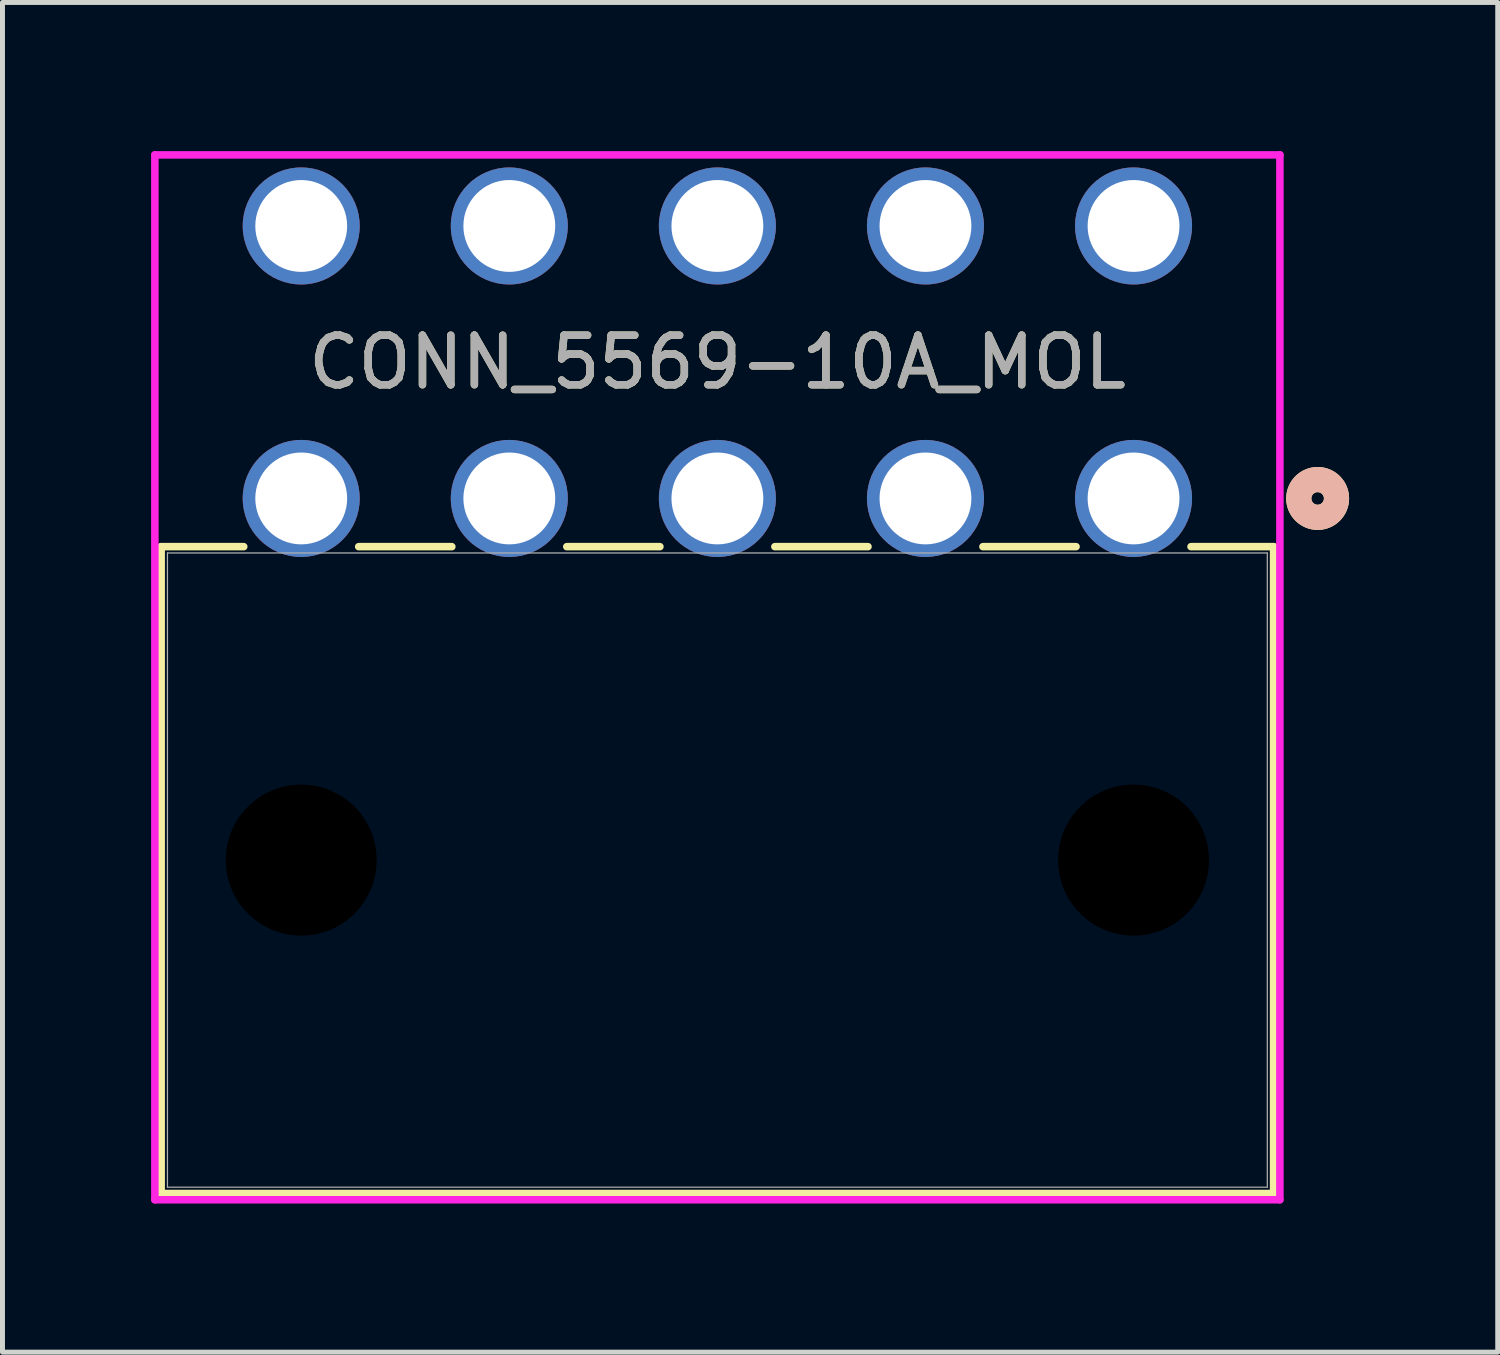
<source format=kicad_pcb>
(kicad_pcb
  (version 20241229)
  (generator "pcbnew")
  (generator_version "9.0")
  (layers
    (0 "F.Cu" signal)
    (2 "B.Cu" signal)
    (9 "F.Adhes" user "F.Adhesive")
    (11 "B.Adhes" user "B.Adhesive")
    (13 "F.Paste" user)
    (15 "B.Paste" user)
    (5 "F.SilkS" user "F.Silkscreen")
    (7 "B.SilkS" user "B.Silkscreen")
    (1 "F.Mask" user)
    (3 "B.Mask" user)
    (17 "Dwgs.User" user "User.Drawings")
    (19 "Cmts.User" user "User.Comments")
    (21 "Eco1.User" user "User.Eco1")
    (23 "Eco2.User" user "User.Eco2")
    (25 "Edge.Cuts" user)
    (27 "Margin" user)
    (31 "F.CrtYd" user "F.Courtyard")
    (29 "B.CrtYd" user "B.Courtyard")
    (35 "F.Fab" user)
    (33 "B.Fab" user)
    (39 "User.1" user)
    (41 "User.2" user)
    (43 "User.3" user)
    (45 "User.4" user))
  (footprint "CONN_5569-10A_MOL"
    (layer "F.Cu")
    (at 19.83 7.011)
    (property "Reference" "CONN_5569-10A_MOL" (at -8.4 -2.75 0) (unlocked yes) (layer "F.SilkS") (effects (font (size 1 1) (thickness 0.15))))
    (attr through_hole)
    (fp_line (start -19.627 0.973) (end -19.627 14.029) (stroke (width 0.152) (type solid)) (layer "F.SilkS"))
    (fp_line (start -19.627 14.029) (end 2.827 14.029) (stroke (width 0.152) (type solid)) (layer "F.SilkS"))
    (fp_line (start -17.96 0.973) (end -19.627 0.973) (stroke (width 0.152) (type solid)) (layer "F.SilkS"))
    (fp_line (start -13.76 0.973) (end -15.64 0.973) (stroke (width 0.152) (type solid)) (layer "F.SilkS"))
    (fp_line (start -9.56 0.973) (end -11.44 0.973) (stroke (width 0.152) (type solid)) (layer "F.SilkS"))
    (fp_line (start -5.36 0.973) (end -7.24 0.973) (stroke (width 0.152) (type solid)) (layer "F.SilkS"))
    (fp_line (start -1.16 0.973) (end -3.04 0.973) (stroke (width 0.152) (type solid)) (layer "F.SilkS"))
    (fp_line (start 2.827 0.973) (end 1.16 0.973) (stroke (width 0.152) (type solid)) (layer "F.SilkS"))
    (fp_line (start 2.827 14.029) (end 2.827 0.973) (stroke (width 0.152) (type solid)) (layer "F.SilkS"))
    (fp_circle (center 3.716 0) (end 4.097 0) (stroke (width 0.508) (type solid)) (fill no) (layer "F.SilkS"))
    (fp_circle (center 3.716 0) (end 4.097 0) (stroke (width 0.508) (type solid)) (fill no) (layer "B.SilkS"))
    (fp_line (start -19.754 -6.935) (end -19.754 14.156) (stroke (width 0.152) (type solid)) (layer "F.CrtYd"))
    (fp_line (start -19.754 14.156) (end 2.954 14.156) (stroke (width 0.152) (type solid)) (layer "F.CrtYd"))
    (fp_line (start 2.954 -6.935) (end -19.754 -6.935) (stroke (width 0.152) (type solid)) (layer "F.CrtYd"))
    (fp_line (start 2.954 14.156) (end 2.954 -6.935) (stroke (width 0.152) (type solid)) (layer "F.CrtYd"))
    (fp_line (start -19.5 1.1) (end -19.5 13.902) (stroke (width 0.025) (type solid)) (layer "F.Fab"))
    (fp_line (start -19.5 13.902) (end 2.7 13.902) (stroke (width 0.025) (type solid)) (layer "F.Fab"))
    (fp_line (start 2.7 1.1) (end -19.5 1.1) (stroke (width 0.025) (type solid)) (layer "F.Fab"))
    (fp_line (start 2.7 13.902) (end 2.7 1.1) (stroke (width 0.025) (type solid)) (layer "F.Fab"))
    (fp_circle (center 0 0) (end 0.381 0) (stroke (width 0.508) (type solid)) (fill no) (layer "F.Fab"))
    (fp_text user "${REFERENCE}" (at -8.4 -2.75 0) (unlocked yes) (layer "F.Fab") (effects (font (size 1 1) (thickness 0.15))))
    (pad "" np_thru_hole circle (at -16.8 7.3) (size 3.048 3.048) (drill 3.048) (layers))
    (pad "" np_thru_hole circle (at 0 7.3) (size 3.048 3.048) (drill 3.048) (layers))
    (pad "1" thru_hole circle (at 0 0) (size 2.362 2.362) (drill 1.854) (layers "*.Cu" "*.Mask"))
    (pad "2" thru_hole circle (at -4.2 0) (size 2.362 2.362) (drill 1.854) (layers "*.Cu" "*.Mask"))
    (pad "3" thru_hole circle (at -8.4 0) (size 2.362 2.362) (drill 1.854) (layers "*.Cu" "*.Mask"))
    (pad "4" thru_hole circle (at -12.6 0) (size 2.362 2.362) (drill 1.854) (layers "*.Cu" "*.Mask"))
    (pad "5" thru_hole circle (at -16.8 0) (size 2.362 2.362) (drill 1.854) (layers "*.Cu" "*.Mask"))
    (pad "6" thru_hole circle (at 0 -5.5) (size 2.362 2.362) (drill 1.854) (layers "*.Cu" "*.Mask"))
    (pad "7" thru_hole circle (at -4.2 -5.5) (size 2.362 2.362) (drill 1.854) (layers "*.Cu" "*.Mask"))
    (pad "8" thru_hole circle (at -8.4 -5.5) (size 2.362 2.362) (drill 1.854) (layers "*.Cu" "*.Mask"))
    (pad "9" thru_hole circle (at -12.6 -5.5) (size 2.362 2.362) (drill 1.854) (layers "*.Cu" "*.Mask"))
    (pad "10" thru_hole circle (at -16.8 -5.5) (size 2.362 2.362) (drill 1.854) (layers "*.Cu" "*.Mask")))
  (gr_rect
    (start -3 -3)
    (end 27.181 24.243)
    (stroke (width 0.1) (type default))
    (fill no)
    (layer "Edge.Cuts")))
</source>
